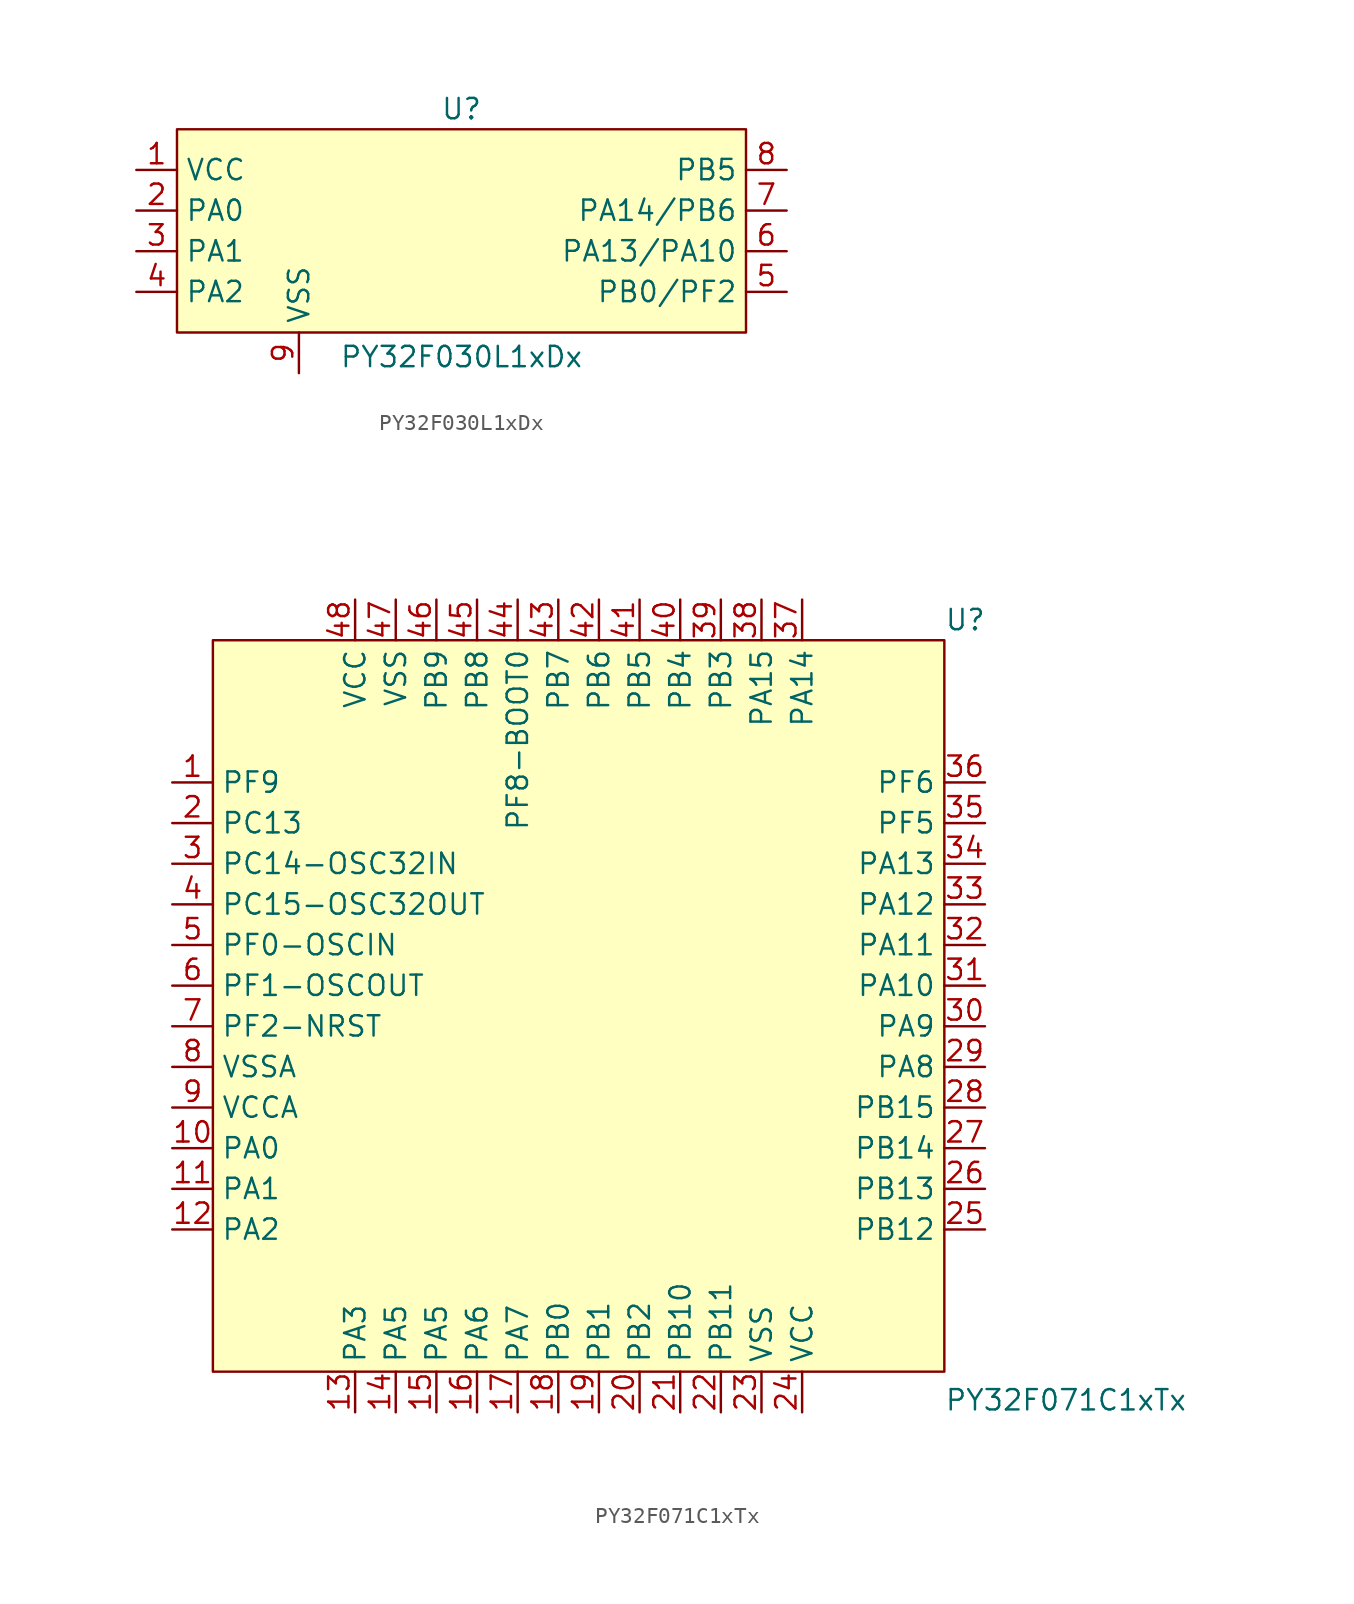
<source format=kicad_sym>
(kicad_symbol_lib
  (version 20241209)
  (generator "kicad_symbol_editor")
  (generator_version "9.0")
  (symbol "PY32F030L1xDx"
    (property "Reference" "U"
      (at 0 6.35 0)
      (effects (font (size 1.27 1.27))))
    (property "Value" "PY32F030L1xDx"
      (at 0 -9.144 0)
      (effects (font (size 1.27 1.27))))
    (symbol "PY32F030L1xDx_0_0"
      (pin bidirectional line (at -20.32 -2.54 0) (length 2.54) (name "PA1" (effects (font (size 1.27 1.27)))) (number "3" (effects (font (size 1.27 1.27)))))
      (pin bidirectional line (at -20.32 -5.08 0) (length 2.54) (name "PA2" (effects (font (size 1.27 1.27)))) (number "4" (effects (font (size 1.27 1.27)))))
      (pin bidirectional line (at 20.32 2.54 180) (length 2.54) (name "PB5" (effects (font (size 1.27 1.27)))) (number "8" (effects (font (size 1.27 1.27)))))
      (pin bidirectional line (at 20.32 0 180) (length 2.54) (name "PA14/PB6" (effects (font (size 1.27 1.27)))) (number "7" (effects (font (size 1.27 1.27)))))
      (pin bidirectional line (at 20.32 -2.54 180) (length 2.54) (name "PA13/PA10" (effects (font (size 1.27 1.27)))) (number "6" (effects (font (size 1.27 1.27)))))
      (pin bidirectional line (at 20.32 -5.08 180) (length 2.54) (name "PB0/PF2" (effects (font (size 1.27 1.27)))) (number "5" (effects (font (size 1.27 1.27))))))
    (symbol "PY32F030L1xDx_1_0"
      (pin bidirectional line (at -20.32 2.54 0) (length 2.54) (name "VCC" (effects (font (size 1.27 1.27)))) (number "1" (effects (font (size 1.27 1.27)))))
      (pin bidirectional line (at -20.32 0 0) (length 2.54) (name "PA0" (effects (font (size 1.27 1.27)))) (number "2" (effects (font (size 1.27 1.27)))))
      (pin bidirectional line (at -10.16 -10.16 90) (length 2.54) (name "VSS" (effects (font (size 1.27 1.27)))) (number "9" (effects (font (size 1.27 1.27))))))
    (symbol "PY32F030L1xDx_1_1"
      (rectangle (start -17.78 5.08) (end 17.78 -7.62) (stroke (width 0) (type solid)) (fill (type background)))))
  (symbol "PY32F071C1xTx"
    (property "Reference" "U"
      (at 24.13 22.86 0)
      (effects (font (size 1.27 1.27)) (justify left)))
    (property "Value" "PY32F071C1xTx"
      (at 24.13 -25.908 0)
      (effects (font (size 1.27 1.27)) (justify left)))
    (symbol "PY32F071C1xTx_0_0"
      (pin bidirectional line (at -24.13 12.7 0) (length 2.54) (name "PF9" (effects (font (size 1.27 1.27)))) (number "1" (effects (font (size 1.27 1.27)))))
      (pin bidirectional line (at -24.13 10.16 0) (length 2.54) (name "PC13" (effects (font (size 1.27 1.27)))) (number "2" (effects (font (size 1.27 1.27)))))
      (pin bidirectional line (at -24.13 7.62 0) (length 2.54) (name "PC14-OSC32IN" (effects (font (size 1.27 1.27)))) (number "3" (effects (font (size 1.27 1.27)))))
      (pin bidirectional line (at -24.13 5.08 0) (length 2.54) (name "PC15-OSC32OUT" (effects (font (size 1.27 1.27)))) (number "4" (effects (font (size 1.27 1.27)))))
      (pin bidirectional line (at -24.13 2.54 0) (length 2.54) (name "PF0-OSCIN" (effects (font (size 1.27 1.27)))) (number "5" (effects (font (size 1.27 1.27)))))
      (pin bidirectional line (at -24.13 0 0) (length 2.54) (name "PF1-OSCOUT" (effects (font (size 1.27 1.27)))) (number "6" (effects (font (size 1.27 1.27)))))
      (pin bidirectional line (at -24.13 -2.54 0) (length 2.54) (name "PF2-NRST" (effects (font (size 1.27 1.27)))) (number "7" (effects (font (size 1.27 1.27)))))
      (pin bidirectional line (at -24.13 -5.08 0) (length 2.54) (name "VSSA" (effects (font (size 1.27 1.27)))) (number "8" (effects (font (size 1.27 1.27)))))
      (pin bidirectional line (at -24.13 -7.62 0) (length 2.54) (name "VCCA" (effects (font (size 1.27 1.27)))) (number "9" (effects (font (size 1.27 1.27)))))
      (pin bidirectional line (at -24.13 -10.16 0) (length 2.54) (name "PA0" (effects (font (size 1.27 1.27)))) (number "10" (effects (font (size 1.27 1.27)))))
      (pin bidirectional line (at -24.13 -12.7 0) (length 2.54) (name "PA1" (effects (font (size 1.27 1.27)))) (number "11" (effects (font (size 1.27 1.27)))))
      (pin bidirectional line (at -24.13 -15.24 0) (length 2.54) (name "PA2" (effects (font (size 1.27 1.27)))) (number "12" (effects (font (size 1.27 1.27)))))
      (pin bidirectional line (at -12.7 24.13 270) (length 2.54) (name "VCC" (effects (font (size 1.27 1.27)))) (number "48" (effects (font (size 1.27 1.27)))))
      (pin bidirectional line (at -12.7 -26.67 90) (length 2.54) (name "PA3" (effects (font (size 1.27 1.27)))) (number "13" (effects (font (size 1.27 1.27)))))
      (pin bidirectional line (at -10.16 24.13 270) (length 2.54) (name "VSS" (effects (font (size 1.27 1.27)))) (number "47" (effects (font (size 1.27 1.27)))))
      (pin bidirectional line (at -10.16 -26.67 90) (length 2.54) (name "PA5" (effects (font (size 1.27 1.27)))) (number "14" (effects (font (size 1.27 1.27)))))
      (pin bidirectional line (at -7.62 24.13 270) (length 2.54) (name "PB9" (effects (font (size 1.27 1.27)))) (number "46" (effects (font (size 1.27 1.27)))))
      (pin bidirectional line (at -7.62 -26.67 90) (length 2.54) (name "PA5" (effects (font (size 1.27 1.27)))) (number "15" (effects (font (size 1.27 1.27)))))
      (pin bidirectional line (at -5.08 24.13 270) (length 2.54) (name "PB8" (effects (font (size 1.27 1.27)))) (number "45" (effects (font (size 1.27 1.27)))))
      (pin bidirectional line (at -5.08 -26.67 90) (length 2.54) (name "PA6" (effects (font (size 1.27 1.27)))) (number "16" (effects (font (size 1.27 1.27)))))
      (pin bidirectional line (at -2.54 24.13 270) (length 2.54) (name "PF8-BOOT0" (effects (font (size 1.27 1.27)))) (number "44" (effects (font (size 1.27 1.27)))))
      (pin bidirectional line (at -2.54 -26.67 90) (length 2.54) (name "PA7" (effects (font (size 1.27 1.27)))) (number "17" (effects (font (size 1.27 1.27)))))
      (pin bidirectional line (at 0 24.13 270) (length 2.54) (name "PB7" (effects (font (size 1.27 1.27)))) (number "43" (effects (font (size 1.27 1.27)))))
      (pin bidirectional line (at 0 -26.67 90) (length 2.54) (name "PB0" (effects (font (size 1.27 1.27)))) (number "18" (effects (font (size 1.27 1.27)))))
      (pin bidirectional line (at 2.54 24.13 270) (length 2.54) (name "PB6" (effects (font (size 1.27 1.27)))) (number "42" (effects (font (size 1.27 1.27)))))
      (pin bidirectional line (at 2.54 -26.67 90) (length 2.54) (name "PB1" (effects (font (size 1.27 1.27)))) (number "19" (effects (font (size 1.27 1.27)))))
      (pin bidirectional line (at 5.08 -26.67 90) (length 2.54) (name "PB2" (effects (font (size 1.27 1.27)))) (number "20" (effects (font (size 1.27 1.27)))))
      (pin bidirectional line (at 7.62 -26.67 90) (length 2.54) (name "PB10" (effects (font (size 1.27 1.27)))) (number "21" (effects (font (size 1.27 1.27)))))
      (pin bidirectional line (at 10.16 24.13 270) (length 2.54) (name "PB3" (effects (font (size 1.27 1.27)))) (number "39" (effects (font (size 1.27 1.27)))))
      (pin bidirectional line (at 10.16 -26.67 90) (length 2.54) (name "PB11" (effects (font (size 1.27 1.27)))) (number "22" (effects (font (size 1.27 1.27)))))
      (pin bidirectional line (at 12.7 24.13 270) (length 2.54) (name "PA15" (effects (font (size 1.27 1.27)))) (number "38" (effects (font (size 1.27 1.27)))))
      (pin bidirectional line (at 12.7 -26.67 90) (length 2.54) (name "VSS" (effects (font (size 1.27 1.27)))) (number "23" (effects (font (size 1.27 1.27)))))
      (pin bidirectional line (at 15.24 24.13 270) (length 2.54) (name "PA14" (effects (font (size 1.27 1.27)))) (number "37" (effects (font (size 1.27 1.27)))))
      (pin bidirectional line (at 26.67 12.7 180) (length 2.54) (name "PF6" (effects (font (size 1.27 1.27)))) (number "36" (effects (font (size 1.27 1.27)))))
      (pin bidirectional line (at 26.67 10.16 180) (length 2.54) (name "PF5" (effects (font (size 1.27 1.27)))) (number "35" (effects (font (size 1.27 1.27)))))
      (pin bidirectional line (at 26.67 7.62 180) (length 2.54) (name "PA13" (effects (font (size 1.27 1.27)))) (number "34" (effects (font (size 1.27 1.27)))))
      (pin bidirectional line (at 26.67 5.08 180) (length 2.54) (name "PA12" (effects (font (size 1.27 1.27)))) (number "33" (effects (font (size 1.27 1.27)))))
      (pin bidirectional line (at 26.67 2.54 180) (length 2.54) (name "PA11" (effects (font (size 1.27 1.27)))) (number "32" (effects (font (size 1.27 1.27)))))
      (pin bidirectional line (at 26.67 0 180) (length 2.54) (name "PA10" (effects (font (size 1.27 1.27)))) (number "31" (effects (font (size 1.27 1.27)))))
      (pin bidirectional line (at 26.67 -2.54 180) (length 2.54) (name "PA9" (effects (font (size 1.27 1.27)))) (number "30" (effects (font (size 1.27 1.27)))))
      (pin bidirectional line (at 26.67 -5.08 180) (length 2.54) (name "PA8" (effects (font (size 1.27 1.27)))) (number "29" (effects (font (size 1.27 1.27)))))
      (pin bidirectional line (at 26.67 -7.62 180) (length 2.54) (name "PB15" (effects (font (size 1.27 1.27)))) (number "28" (effects (font (size 1.27 1.27)))))
      (pin bidirectional line (at 26.67 -10.16 180) (length 2.54) (name "PB14" (effects (font (size 1.27 1.27)))) (number "27" (effects (font (size 1.27 1.27)))))
      (pin bidirectional line (at 26.67 -12.7 180) (length 2.54) (name "PB13" (effects (font (size 1.27 1.27)))) (number "26" (effects (font (size 1.27 1.27))))))
    (symbol "PY32F071C1xTx_1_0"
      (pin bidirectional line (at 5.08 24.13 270) (length 2.54) (name "PB5" (effects (font (size 1.27 1.27)))) (number "41" (effects (font (size 1.27 1.27)))))
      (pin bidirectional line (at 7.62 24.13 270) (length 2.54) (name "PB4" (effects (font (size 1.27 1.27)))) (number "40" (effects (font (size 1.27 1.27)))))
      (pin bidirectional line (at 15.24 -26.67 90) (length 2.54) (name "VCC" (effects (font (size 1.27 1.27)))) (number "24" (effects (font (size 1.27 1.27)))))
      (pin bidirectional line (at 26.67 -15.24 180) (length 2.54) (name "PB12" (effects (font (size 1.27 1.27)))) (number "25" (effects (font (size 1.27 1.27))))))
    (symbol "PY32F071C1xTx_1_1"
      (rectangle (start -21.59 21.59) (end 24.13 -24.13) (stroke (width 0) (type solid)) (fill (type background))))))
</source>
